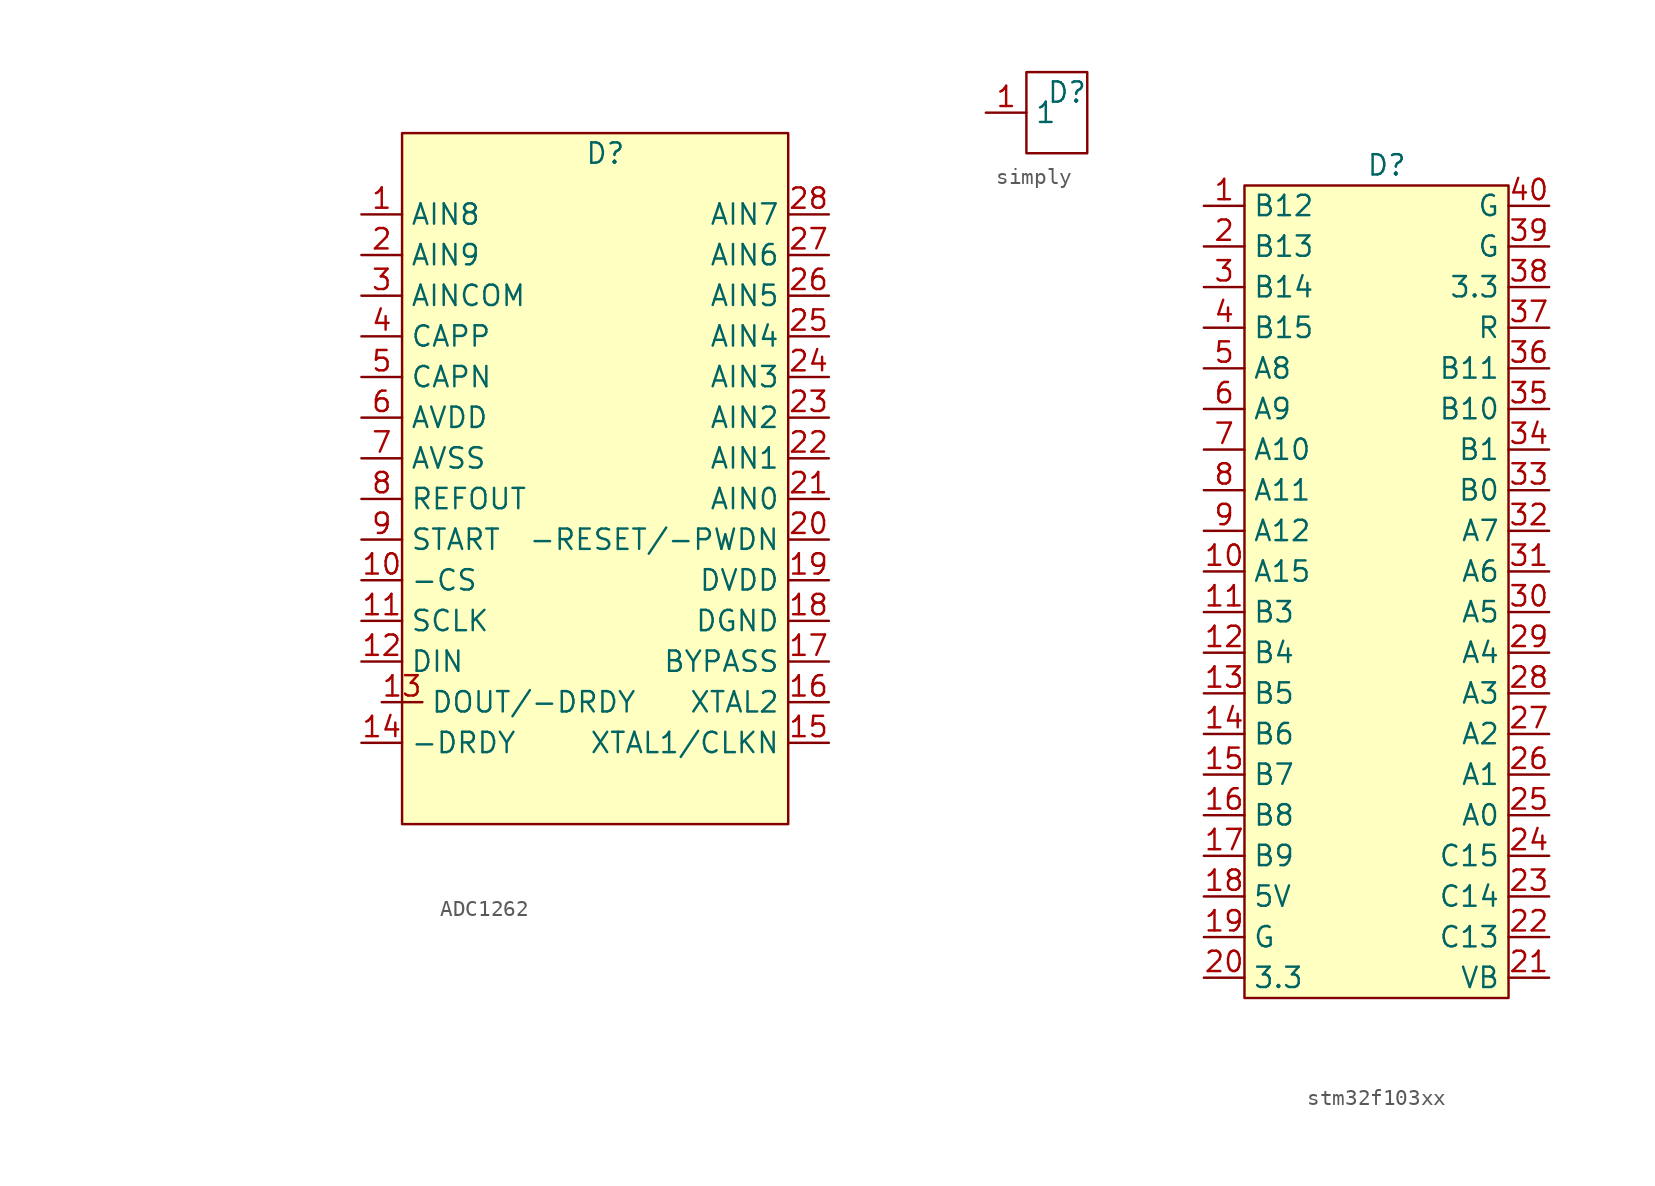
<source format=kicad_sym>
(kicad_symbol_lib
  (version 20220914)
  (generator kicad_symbol_editor)
  (symbol "ADC1262"
    (property "Reference" "D"
      (at 0 20.32 0)
      (effects (font (size 1.27 1.27))))
    (property "Value" ""
      (at -29.21 16.51 0)
      (effects (font (size 1.27 1.27))))
    (symbol "ADC1262_0_1"
      (rectangle (start -12.7 21.59) (end 11.43 -21.59) (stroke (width 0) (type default)) (fill (type background))))
    (symbol "ADC1262_1_1"
      (pin bidirectional line (at -15.24 16.51 0) (length 2.54) (name "AIN8" (effects (font (size 1.27 1.27)))) (number "1" (effects (font (size 1.27 1.27)))))
      (pin input line (at -15.24 -6.35 0) (length 2.54) (name "-CS" (effects (font (size 1.27 1.27)))) (number "10" (effects (font (size 1.27 1.27)))))
      (pin input line (at -15.24 -8.89 0) (length 2.54) (name "SCLK" (effects (font (size 1.27 1.27)))) (number "11" (effects (font (size 1.27 1.27)))))
      (pin input line (at -15.24 -11.43 0) (length 2.54) (name "DIN" (effects (font (size 1.27 1.27)))) (number "12" (effects (font (size 1.27 1.27)))))
      (pin output line (at -13.97 -13.97 0) (length 2.54) (name "DOUT/-DRDY" (effects (font (size 1.27 1.27)))) (number "13" (effects (font (size 1.27 1.27)))))
      (pin output line (at -15.24 -16.51 0) (length 2.54) (name "-DRDY" (effects (font (size 1.27 1.27)))) (number "14" (effects (font (size 1.27 1.27)))))
      (pin input line (at 13.97 -16.51 180) (length 2.54) (name "XTAL1/CLKN" (effects (font (size 1.27 1.27)))) (number "15" (effects (font (size 1.27 1.27)))))
      (pin input line (at 13.97 -13.97 180) (length 2.54) (name "XTAL2" (effects (font (size 1.27 1.27)))) (number "16" (effects (font (size 1.27 1.27)))))
      (pin output line (at 13.97 -11.43 180) (length 2.54) (name "BYPASS" (effects (font (size 1.27 1.27)))) (number "17" (effects (font (size 1.27 1.27)))))
      (pin power_in line (at 13.97 -8.89 180) (length 2.54) (name "DGND" (effects (font (size 1.27 1.27)))) (number "18" (effects (font (size 1.27 1.27)))))
      (pin power_in line (at 13.97 -6.35 180) (length 2.54) (name "DVDD" (effects (font (size 1.27 1.27)))) (number "19" (effects (font (size 1.27 1.27)))))
      (pin bidirectional line (at -15.24 13.97 0) (length 2.54) (name "AIN9" (effects (font (size 1.27 1.27)))) (number "2" (effects (font (size 1.27 1.27)))))
      (pin input line (at 13.97 -3.81 180) (length 2.54) (name "-RESET/-PWDN" (effects (font (size 1.27 1.27)))) (number "20" (effects (font (size 1.27 1.27)))))
      (pin bidirectional line (at 13.97 -1.27 180) (length 2.54) (name "AIN0" (effects (font (size 1.27 1.27)))) (number "21" (effects (font (size 1.27 1.27)))))
      (pin bidirectional line (at 13.97 1.27 180) (length 2.54) (name "AIN1" (effects (font (size 1.27 1.27)))) (number "22" (effects (font (size 1.27 1.27)))))
      (pin bidirectional line (at 13.97 3.81 180) (length 2.54) (name "AIN2" (effects (font (size 1.27 1.27)))) (number "23" (effects (font (size 1.27 1.27)))))
      (pin bidirectional line (at 13.97 6.35 180) (length 2.54) (name "AIN3" (effects (font (size 1.27 1.27)))) (number "24" (effects (font (size 1.27 1.27)))))
      (pin bidirectional line (at 13.97 8.89 180) (length 2.54) (name "AIN4" (effects (font (size 1.27 1.27)))) (number "25" (effects (font (size 1.27 1.27)))))
      (pin bidirectional line (at 13.97 11.43 180) (length 2.54) (name "AIN5" (effects (font (size 1.27 1.27)))) (number "26" (effects (font (size 1.27 1.27)))))
      (pin bidirectional line (at 13.97 13.97 180) (length 2.54) (name "AIN6" (effects (font (size 1.27 1.27)))) (number "27" (effects (font (size 1.27 1.27)))))
      (pin bidirectional line (at 13.97 16.51 180) (length 2.54) (name "AIN7" (effects (font (size 1.27 1.27)))) (number "28" (effects (font (size 1.27 1.27)))))
      (pin bidirectional line (at -15.24 11.43 0) (length 2.54) (name "AINCOM" (effects (font (size 1.27 1.27)))) (number "3" (effects (font (size 1.27 1.27)))))
      (pin output line (at -15.24 8.89 0) (length 2.54) (name "CAPP" (effects (font (size 1.27 1.27)))) (number "4" (effects (font (size 1.27 1.27)))))
      (pin output line (at -15.24 6.35 0) (length 2.54) (name "CAPN" (effects (font (size 1.27 1.27)))) (number "5" (effects (font (size 1.27 1.27)))))
      (pin power_in line (at -15.24 3.81 0) (length 2.54) (name "AVDD" (effects (font (size 1.27 1.27)))) (number "6" (effects (font (size 1.27 1.27)))))
      (pin power_in line (at -15.24 1.27 0) (length 2.54) (name "AVSS" (effects (font (size 1.27 1.27)))) (number "7" (effects (font (size 1.27 1.27)))))
      (pin output line (at -15.24 -1.27 0) (length 2.54) (name "REFOUT" (effects (font (size 1.27 1.27)))) (number "8" (effects (font (size 1.27 1.27)))))
      (pin input line (at -15.24 -3.81 0) (length 2.54) (name "START" (effects (font (size 1.27 1.27)))) (number "9" (effects (font (size 1.27 1.27)))))))
  (symbol "simply"
    (property "Reference" "D"
      (at 5.08 1.27 0)
      (effects (font (size 1.27 1.27))))
    (property "Value" ""
      (at 0 1.27 0)
      (effects (font (size 1.27 1.27))))
    (symbol "simply_0_1"
      (rectangle (start 2.54 2.54) (end 6.35 -2.54) (stroke (width 0) (type default)) (fill (type none))))
    (symbol "simply_1_1"
      (pin bidirectional line (at 0 0 0) (length 2.54) (name "1" (effects (font (size 1.27 1.27)))) (number "1" (effects (font (size 1.27 1.27)))))))
  (symbol "stm32f103xx"
    (property "Reference" "D"
      (at 0 26.67 0)
      (effects (font (size 1.27 1.27))))
    (property "Value" ""
      (at 0 26.67 0)
      (effects (font (size 1.27 1.27))))
    (symbol "stm32f103xx_0_1"
      (rectangle (start -8.89 25.4) (end 7.62 -25.4) (stroke (width 0) (type default)) (fill (type background))))
    (symbol "stm32f103xx_1_1"
      (pin bidirectional line (at -11.43 24.13 0) (length 2.54) (name "B12" (effects (font (size 1.27 1.27)))) (number "1" (effects (font (size 1.27 1.27)))))
      (pin bidirectional line (at -11.43 1.27 0) (length 2.54) (name "A15" (effects (font (size 1.27 1.27)))) (number "10" (effects (font (size 1.27 1.27)))))
      (pin bidirectional line (at -11.43 -1.27 0) (length 2.54) (name "B3" (effects (font (size 1.27 1.27)))) (number "11" (effects (font (size 1.27 1.27)))))
      (pin bidirectional line (at -11.43 -3.81 0) (length 2.54) (name "B4" (effects (font (size 1.27 1.27)))) (number "12" (effects (font (size 1.27 1.27)))))
      (pin bidirectional line (at -11.43 -6.35 0) (length 2.54) (name "B5" (effects (font (size 1.27 1.27)))) (number "13" (effects (font (size 1.27 1.27)))))
      (pin bidirectional line (at -11.43 -8.89 0) (length 2.54) (name "B6" (effects (font (size 1.27 1.27)))) (number "14" (effects (font (size 1.27 1.27)))))
      (pin bidirectional line (at -11.43 -11.43 0) (length 2.54) (name "B7" (effects (font (size 1.27 1.27)))) (number "15" (effects (font (size 1.27 1.27)))))
      (pin bidirectional line (at -11.43 -13.97 0) (length 2.54) (name "B8" (effects (font (size 1.27 1.27)))) (number "16" (effects (font (size 1.27 1.27)))))
      (pin bidirectional line (at -11.43 -16.51 0) (length 2.54) (name "B9" (effects (font (size 1.27 1.27)))) (number "17" (effects (font (size 1.27 1.27)))))
      (pin power_in line (at -11.43 -19.05 0) (length 2.54) (name "5V" (effects (font (size 1.27 1.27)))) (number "18" (effects (font (size 1.27 1.27)))))
      (pin power_out line (at -11.43 -21.59 0) (length 2.54) (name "G" (effects (font (size 1.27 1.27)))) (number "19" (effects (font (size 1.27 1.27)))))
      (pin bidirectional line (at -11.43 21.59 0) (length 2.54) (name "B13" (effects (font (size 1.27 1.27)))) (number "2" (effects (font (size 1.27 1.27)))))
      (pin power_out line (at -11.43 -24.13 0) (length 2.54) (name "3.3" (effects (font (size 1.27 1.27)))) (number "20" (effects (font (size 1.27 1.27)))))
      (pin bidirectional line (at 10.16 -24.13 180) (length 2.54) (name "VB" (effects (font (size 1.27 1.27)))) (number "21" (effects (font (size 1.27 1.27)))))
      (pin bidirectional line (at 10.16 -21.59 180) (length 2.54) (name "C13" (effects (font (size 1.27 1.27)))) (number "22" (effects (font (size 1.27 1.27)))))
      (pin bidirectional line (at 10.16 -19.05 180) (length 2.54) (name "C14" (effects (font (size 1.27 1.27)))) (number "23" (effects (font (size 1.27 1.27)))))
      (pin bidirectional line (at 10.16 -16.51 180) (length 2.54) (name "C15" (effects (font (size 1.27 1.27)))) (number "24" (effects (font (size 1.27 1.27)))))
      (pin bidirectional line (at 10.16 -13.97 180) (length 2.54) (name "A0" (effects (font (size 1.27 1.27)))) (number "25" (effects (font (size 1.27 1.27)))))
      (pin bidirectional line (at 10.16 -11.43 180) (length 2.54) (name "A1" (effects (font (size 1.27 1.27)))) (number "26" (effects (font (size 1.27 1.27)))))
      (pin bidirectional line (at 10.16 -8.89 180) (length 2.54) (name "A2" (effects (font (size 1.27 1.27)))) (number "27" (effects (font (size 1.27 1.27)))))
      (pin bidirectional line (at 10.16 -6.35 180) (length 2.54) (name "A3" (effects (font (size 1.27 1.27)))) (number "28" (effects (font (size 1.27 1.27)))))
      (pin bidirectional line (at 10.16 -3.81 180) (length 2.54) (name "A4" (effects (font (size 1.27 1.27)))) (number "29" (effects (font (size 1.27 1.27)))))
      (pin bidirectional line (at -11.43 19.05 0) (length 2.54) (name "B14" (effects (font (size 1.27 1.27)))) (number "3" (effects (font (size 1.27 1.27)))))
      (pin bidirectional line (at 10.16 -1.27 180) (length 2.54) (name "A5" (effects (font (size 1.27 1.27)))) (number "30" (effects (font (size 1.27 1.27)))))
      (pin bidirectional line (at 10.16 1.27 180) (length 2.54) (name "A6" (effects (font (size 1.27 1.27)))) (number "31" (effects (font (size 1.27 1.27)))))
      (pin bidirectional line (at 10.16 3.81 180) (length 2.54) (name "A7" (effects (font (size 1.27 1.27)))) (number "32" (effects (font (size 1.27 1.27)))))
      (pin bidirectional line (at 10.16 6.35 180) (length 2.54) (name "B0" (effects (font (size 1.27 1.27)))) (number "33" (effects (font (size 1.27 1.27)))))
      (pin bidirectional line (at 10.16 8.89 180) (length 2.54) (name "B1" (effects (font (size 1.27 1.27)))) (number "34" (effects (font (size 1.27 1.27)))))
      (pin bidirectional line (at 10.16 11.43 180) (length 2.54) (name "B10" (effects (font (size 1.27 1.27)))) (number "35" (effects (font (size 1.27 1.27)))))
      (pin bidirectional line (at 10.16 13.97 180) (length 2.54) (name "B11" (effects (font (size 1.27 1.27)))) (number "36" (effects (font (size 1.27 1.27)))))
      (pin input line (at 10.16 16.51 180) (length 2.54) (name "R" (effects (font (size 1.27 1.27)))) (number "37" (effects (font (size 1.27 1.27)))))
      (pin power_in line (at 10.16 19.05 180) (length 2.54) (name "3.3" (effects (font (size 1.27 1.27)))) (number "38" (effects (font (size 1.27 1.27)))))
      (pin power_out line (at 10.16 21.59 180) (length 2.54) (name "G" (effects (font (size 1.27 1.27)))) (number "39" (effects (font (size 1.27 1.27)))))
      (pin bidirectional line (at -11.43 16.51 0) (length 2.54) (name "B15" (effects (font (size 1.27 1.27)))) (number "4" (effects (font (size 1.27 1.27)))))
      (pin power_out line (at 10.16 24.13 180) (length 2.54) (name "G" (effects (font (size 1.27 1.27)))) (number "40" (effects (font (size 1.27 1.27)))))
      (pin bidirectional line (at -11.43 13.97 0) (length 2.54) (name "A8" (effects (font (size 1.27 1.27)))) (number "5" (effects (font (size 1.27 1.27)))))
      (pin bidirectional line (at -11.43 11.43 0) (length 2.54) (name "A9" (effects (font (size 1.27 1.27)))) (number "6" (effects (font (size 1.27 1.27)))))
      (pin bidirectional line (at -11.43 8.89 0) (length 2.54) (name "A10" (effects (font (size 1.27 1.27)))) (number "7" (effects (font (size 1.27 1.27)))))
      (pin bidirectional line (at -11.43 6.35 0) (length 2.54) (name "A11" (effects (font (size 1.27 1.27)))) (number "8" (effects (font (size 1.27 1.27)))))
      (pin bidirectional line (at -11.43 3.81 0) (length 2.54) (name "A12" (effects (font (size 1.27 1.27)))) (number "9" (effects (font (size 1.27 1.27))))))))
</source>
